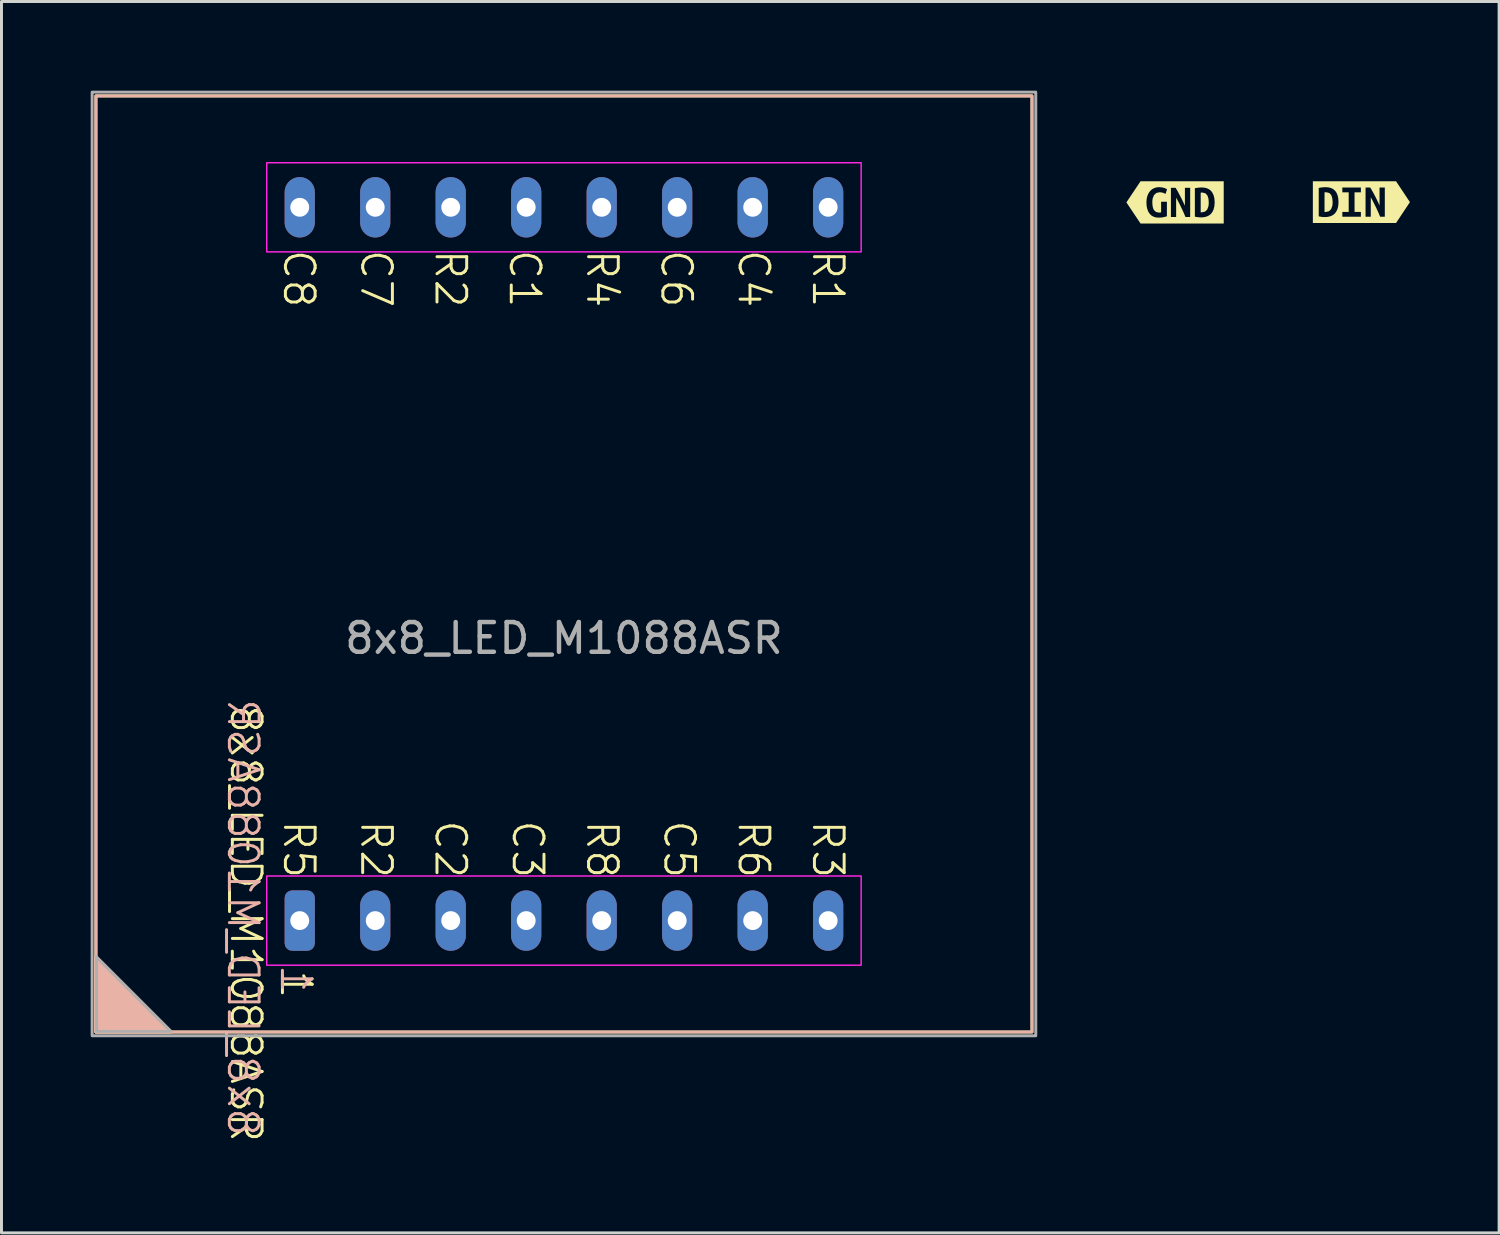
<source format=kicad_pcb>
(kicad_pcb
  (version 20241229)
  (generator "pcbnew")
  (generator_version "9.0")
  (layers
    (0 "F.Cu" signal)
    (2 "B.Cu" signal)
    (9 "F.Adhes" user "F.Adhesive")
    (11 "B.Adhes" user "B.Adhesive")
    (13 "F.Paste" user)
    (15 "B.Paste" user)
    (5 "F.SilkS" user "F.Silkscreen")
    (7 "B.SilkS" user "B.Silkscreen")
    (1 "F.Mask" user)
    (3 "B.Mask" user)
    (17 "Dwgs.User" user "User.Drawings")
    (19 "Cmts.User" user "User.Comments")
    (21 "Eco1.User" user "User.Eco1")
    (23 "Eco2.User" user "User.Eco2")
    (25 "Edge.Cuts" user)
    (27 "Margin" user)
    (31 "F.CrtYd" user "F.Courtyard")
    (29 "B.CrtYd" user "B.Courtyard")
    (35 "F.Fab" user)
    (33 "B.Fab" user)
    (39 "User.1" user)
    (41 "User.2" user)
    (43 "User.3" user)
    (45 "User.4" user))
  (footprint "8x8_LED_M1088ASR"
    (layer "F.Cu")
    (at 15.925 15.925)
    (property "Reference" "8x8_LED_M1088ASR" (at -10.7 12.1 270) (unlocked yes) (layer "F.SilkS") (effects (font (size 1 1) (thickness 0.1))))
    (attr smd)
    (fp_rect (start -15.748 -15.748) (end 15.748 15.748) (stroke (width 0.1) (type default)) (fill no) (layer "F.SilkS"))
    (fp_poly (pts (xy -15.748 15.748) (xy -15.748 13.248) (xy -13.248 15.748)) (stroke (width 0.1) (type solid)) (fill yes) (layer "F.SilkS"))
    (fp_rect (start -15.748 -15.748) (end 15.748 15.748) (stroke (width 0.1) (type default)) (fill no) (layer "B.SilkS"))
    (fp_poly (pts (xy -15.748 13.208) (xy -15.748 15.748) (xy -13.208 15.748)) (stroke (width 0.1) (type solid)) (fill yes) (layer "B.SilkS"))
    (fp_rect (start -10 -13.5) (end 10 -10.5) (stroke (width 0.05) (type default)) (fill no) (layer "F.CrtYd"))
    (fp_rect (start -10 10.5) (end 10 13.5) (stroke (width 0.05) (type default)) (fill no) (layer "F.CrtYd"))
    (fp_rect (start -15.875 -15.875) (end 15.875 15.875) (stroke (width 0.1) (type default)) (fill no) (layer "F.Fab"))
    (fp_poly (pts (xy -15.728 15.728) (xy -15.728 13.228) (xy -13.228 15.728)) (stroke (width 0.1) (type solid)) (fill no) (layer "F.Fab"))
    (fp_text user "C7" (at -6.9 -9.6 270) (unlocked yes) (layer "F.SilkS") (effects (font (size 1 1) (thickness 0.1)) (justify bottom)))
    (fp_text user "C3" (at -1.8 9.6 270) (unlocked yes) (layer "F.SilkS") (effects (font (size 1 1) (thickness 0.1)) (justify bottom)))
    (fp_text user "R2" (at -4.4 -9.6 270) (unlocked yes) (layer "F.SilkS") (effects (font (size 1 1) (thickness 0.1)) (justify bottom)))
    (fp_text user "C8" (at -9.5 -9.6 270) (unlocked yes) (layer "F.SilkS") (effects (font (size 1 1) (thickness 0.1)) (justify bottom)))
    (fp_text user "R3" (at 8.3 9.6 270) (unlocked yes) (layer "F.SilkS") (effects (font (size 1 1) (thickness 0.1)) (justify bottom)))
    (fp_text user "R5" (at -9.5 9.6 270) (unlocked yes) (layer "F.SilkS") (effects (font (size 1 1) (thickness 0.1)) (justify bottom)))
    (fp_text user "C4" (at 5.8 -9.6 270) (unlocked yes) (layer "F.SilkS") (effects (font (size 1 1) (thickness 0.1)) (justify bottom)))
    (fp_text user "C6" (at 3.2 -9.6 270) (unlocked yes) (layer "F.SilkS") (effects (font (size 1 1) (thickness 0.1)) (justify bottom)))
    (fp_text user "R8" (at 0.7 9.6 270) (unlocked yes) (layer "F.SilkS") (effects (font (size 1 1) (thickness 0.1)) (justify bottom)))
    (fp_text user "1" (at -9.6 13.6 270) (unlocked yes) (layer "F.SilkS") (effects (font (size 1 1) (thickness 0.1)) (justify left bottom)))
    (fp_text user "C1" (at -1.9 -9.6 270) (unlocked yes) (layer "F.SilkS") (effects (font (size 1 1) (thickness 0.1)) (justify bottom)))
    (fp_text user "R4" (at 0.7 -9.6 270) (unlocked yes) (layer "F.SilkS") (effects (font (size 1 1) (thickness 0.1)) (justify bottom)))
    (fp_text user "C2" (at -4.4 9.6 270) (unlocked yes) (layer "F.SilkS") (effects (font (size 1 1) (thickness 0.1)) (justify bottom)))
    (fp_text user "R1" (at 8.3 -9.6 270) (unlocked yes) (layer "F.SilkS") (effects (font (size 1 1) (thickness 0.1)) (justify bottom)))
    (fp_text user "C5" (at 3.3 9.6 270) (unlocked yes) (layer "F.SilkS") (effects (font (size 1 1) (thickness 0.1)) (justify bottom)))
    (fp_text user "R6" (at 5.8 9.6 270) (unlocked yes) (layer "F.SilkS") (effects (font (size 1 1) (thickness 0.1)) (justify bottom)))
    (fp_text user "R2" (at -6.9 9.6 270) (unlocked yes) (layer "F.SilkS") (effects (font (size 1 1) (thickness 0.1)) (justify bottom)))
    (fp_text user "${REFERENCE}" (at -10.8 11.9 270) (unlocked yes) (layer "B.SilkS") (effects (font (size 1 1) (thickness 0.1)) (justify mirror)))
    (fp_text user "1" (at -9.6 14.5 270) (unlocked yes) (layer "B.SilkS") (effects (font (size 1 1) (thickness 0.1)) (justify left bottom mirror)))
    (fp_text user "${REFERENCE}" (at 0 2.5 0) (unlocked yes) (layer "F.Fab") (effects (font (size 1 1) (thickness 0.15))))
    (pad "1" thru_hole roundrect (at -8.89 12) (size 1.016 2.032) (drill 0.635) (layers "*.Cu" "*.Mask") (roundrect_rratio 0.25))
    (pad "2" thru_hole oval (at -6.35 12) (size 1.016 2.032) (drill 0.635) (layers "*.Cu" "*.Mask"))
    (pad "3" thru_hole oval (at -3.81 12) (size 1.016 2.032) (drill 0.635) (layers "*.Cu" "*.Mask"))
    (pad "4" thru_hole oval (at -1.27 12) (size 1.016 2.032) (drill 0.635) (layers "*.Cu" "*.Mask"))
    (pad "5" thru_hole oval (at 1.27 12) (size 1.016 2.032) (drill 0.635) (layers "*.Cu" "*.Mask"))
    (pad "6" thru_hole oval (at 3.81 12) (size 1.016 2.032) (drill 0.635) (layers "*.Cu" "*.Mask"))
    (pad "7" thru_hole oval (at 6.35 12) (size 1.016 2.032) (drill 0.635) (layers "*.Cu" "*.Mask"))
    (pad "8" thru_hole oval (at 8.89 12) (size 1.016 2.032) (drill 0.635) (layers "*.Cu" "*.Mask"))
    (pad "9" thru_hole oval (at 8.89 -12) (size 1.016 2.032) (drill 0.635) (layers "*.Cu" "*.Mask"))
    (pad "10" thru_hole oval (at 6.35 -12) (size 1.016 2.032) (drill 0.635) (layers "*.Cu" "*.Mask"))
    (pad "11" thru_hole oval (at 3.81 -12) (size 1.016 2.032) (drill 0.635) (layers "*.Cu" "*.Mask"))
    (pad "12" thru_hole oval (at 1.27 -12) (size 1.016 2.032) (drill 0.635) (layers "*.Cu" "*.Mask"))
    (pad "13" thru_hole oval (at -1.27 -12) (size 1.016 2.032) (drill 0.635) (layers "*.Cu" "*.Mask"))
    (pad "14" thru_hole oval (at -3.81 -12) (size 1.016 2.032) (drill 0.635) (layers "*.Cu" "*.Mask"))
    (pad "15" thru_hole oval (at -6.35 -12) (size 1.016 2.032) (drill 0.635) (layers "*.Cu" "*.Mask"))
    (pad "16" thru_hole oval (at -8.89 -12) (size 1.016 2.032) (drill 0.635) (layers "*.Cu" "*.Mask")))
  (footprint "kibuzzard-6458C1F6"
    (layer "F.Cu")
    (at 36.487 3.76)
    (property "Reference" "kibuzzard-6458C1F6" (at 0 -3.759 0) (layer "F.SilkS") (effects (font (size 0.001 0.001) (thickness 0.15))))
    (attr board_only exclude_from_pos_files exclude_from_bom)
    (fp_poly (pts (xy 0.862 0.333) (xy 0.879 0.335) (xy 0.897 0.335) (xy 1.008 0.31) (xy 1.082 0.24) (xy 1.121 0.134) (xy 1.13 0.07) (xy 1.133 0) (xy 1.124 -0.124) (xy 1.09 -0.23) (xy 1.025 -0.304) (xy 0.919 -0.332) (xy 0.89 -0.331) (xy 0.862 -0.327) (xy 0.862 0.333)) (stroke (width 0) (type solid)) (fill yes) (layer "F.SilkS"))
    (fp_poly (pts (xy -0.964 -0.711) (xy -1.162 -0.711) (xy -1.637 0) (xy -1.162 0.711) (xy -0.964 0.711) (xy -0.562 0.711) (xy -0.562 0.513) (xy -0.65 0.505) (xy -0.728 0.48) (xy -0.797 0.44) (xy -0.854 0.383) (xy -0.901 0.311) (xy -0.935 0.223) (xy -0.957 0.119) (xy -0.964 0) (xy -0.956 -0.118) (xy -0.931 -0.221) (xy -0.891 -0.31) (xy -0.84 -0.383) (xy -0.778 -0.44) (xy -0.705 -0.48) (xy -0.625 -0.505) (xy -0.539 -0.513) (xy -0.436 -0.504) (xy -0.358 -0.484) (xy -0.303 -0.46) (xy -0.27 -0.441) (xy -0.321 -0.286) (xy -0.407 -0.325) (xy -0.512 -0.343) (xy -0.629 -0.318) (xy -0.708 -0.247) (xy -0.752 -0.139) (xy -0.762 -0.073) (xy -0.766 0) (xy -0.759 0.107) (xy -0.741 0.194) (xy -0.71 0.26) (xy -0.641 0.322) (xy -0.546 0.343) (xy -0.508 0.341) (xy -0.47 0.337) (xy -0.47 -0.022) (xy -0.275 -0.022) (xy -0.275 0.468) (xy -0.384 0.497) (xy -0.465 0.509) (xy -0.562 0.513) (xy -0.562 0.711) (xy 0.35 0.711) (xy 0.35 0.492) (xy 0.305 0.383) (xy 0.256 0.274) (xy 0.205 0.166) (xy 0.152 0.057) (xy 0.095 -0.051) (xy 0.036 -0.16) (xy 0.036 0.492) (xy -0.14 0.492) (xy -0.14 -0.491) (xy 0.017 -0.491) (xy 0.062 -0.418) (xy 0.106 -0.339) (xy 0.15 -0.257) (xy 0.193 -0.176) (xy 0.233 -0.096) (xy 0.27 -0.019) (xy 0.303 0.052) (xy 0.331 0.114) (xy 0.331 -0.491) (xy 0.508 -0.491) (xy 0.508 0.492) (xy 0.35 0.492) (xy 0.35 0.711) (xy 0.876 0.711) (xy 0.876 0.505) (xy 0.774 0.499) (xy 0.666 0.481) (xy 0.666 -0.478) (xy 0.792 -0.497) (xy 0.901 -0.502) (xy 0.994 -0.495) (xy 1.078 -0.473) (xy 1.152 -0.436) (xy 1.214 -0.383) (xy 1.263 -0.314) (xy 1.301 -0.228) (xy 1.324 -0.124) (xy 1.332 0) (xy 1.323 0.126) (xy 1.297 0.233) (xy 1.257 0.32) (xy 1.203 0.389) (xy 1.137 0.441) (xy 1.059 0.477) (xy 0.972 0.498) (xy 0.876 0.505) (xy 0.876 0.711) (xy 1.438 0.711) (xy 1.637 0.711) (xy 1.637 -0.711) (xy 1.438 -0.711) (xy -0.964 -0.711)) (stroke (width 0) (type solid)) (fill yes) (layer "F.SilkS")))
  (footprint "kibuzzard-6458C07B"
    (layer "F.Cu")
    (at 42.756 3.751)
    (property "Reference" "kibuzzard-6458C07B" (at 0 -3.75 0) (layer "F.SilkS") (effects (font (size 0.001 0.001) (thickness 0.15))))
    (attr board_only exclude_from_pos_files exclude_from_bom)
    (fp_poly (pts (xy -1.24 0.332) (xy -1.222 0.333) (xy -1.205 0.333) (xy -1.093 0.308) (xy -1.02 0.238) (xy -0.98 0.133) (xy -0.971 0.068) (xy -0.968 -0.002) (xy -0.978 -0.125) (xy -1.011 -0.232) (xy -1.076 -0.306) (xy -1.183 -0.333) (xy -1.211 -0.333) (xy -1.24 -0.329) (xy -1.24 0.332)) (stroke (width 0) (type solid)) (fill yes) (layer "F.SilkS"))
    (fp_poly (pts (xy -1.435 -0.702) (xy -1.633 -0.702) (xy -1.633 0.702) (xy -1.435 0.702) (xy -1.225 0.702) (xy -1.225 0.503) (xy -1.328 0.498) (xy -1.435 0.479) (xy -1.435 -0.479) (xy -1.31 -0.498) (xy -1.2 -0.503) (xy -1.107 -0.496) (xy -1.023 -0.475) (xy -0.949 -0.438) (xy -0.887 -0.385) (xy -0.838 -0.316) (xy -0.801 -0.229) (xy -0.778 -0.125) (xy -0.77 -0.002) (xy -0.778 0.125) (xy -0.804 0.231) (xy -0.845 0.318) (xy -0.898 0.387) (xy -0.964 0.44) (xy -1.042 0.475) (xy -1.13 0.496) (xy -1.225 0.503) (xy -1.225 0.702) (xy -0.641 0.702) (xy -0.641 0.491) (xy -0.641 0.329) (xy -0.427 0.329) (xy -0.427 -0.33) (xy -0.641 -0.33) (xy -0.641 -0.492) (xy -0.017 -0.492) (xy -0.017 -0.33) (xy -0.23 -0.33) (xy -0.23 0.329) (xy -0.017 0.329) (xy -0.017 0.491) (xy -0.641 0.491) (xy -0.641 0.702) (xy 0.63 0.702) (xy 0.63 0.491) (xy 0.585 0.382) (xy 0.536 0.273) (xy 0.485 0.164) (xy 0.431 0.056) (xy 0.375 -0.053) (xy 0.316 -0.162) (xy 0.316 0.491) (xy 0.14 0.491) (xy 0.14 -0.492) (xy 0.297 -0.492) (xy 0.341 -0.419) (xy 0.386 -0.341) (xy 0.43 -0.259) (xy 0.472 -0.178) (xy 0.513 -0.098) (xy 0.55 -0.021) (xy 0.583 0.051) (xy 0.611 0.113) (xy 0.611 -0.492) (xy 0.788 -0.492) (xy 0.788 0.491) (xy 0.63 0.491) (xy 0.63 0.702) (xy 0.967 0.702) (xy 1.166 0.702) (xy 1.633 0) (xy 1.166 -0.702) (xy 0.967 -0.702) (xy -1.435 -0.702)) (stroke (width 0) (type solid)) (fill yes) (layer "F.SilkS")))
  (gr_rect
    (start -3 -3)
    (end 47.39 38.432)
    (stroke (width 0.1) (type default))
    (fill no)
    (layer "Edge.Cuts")))
</source>
